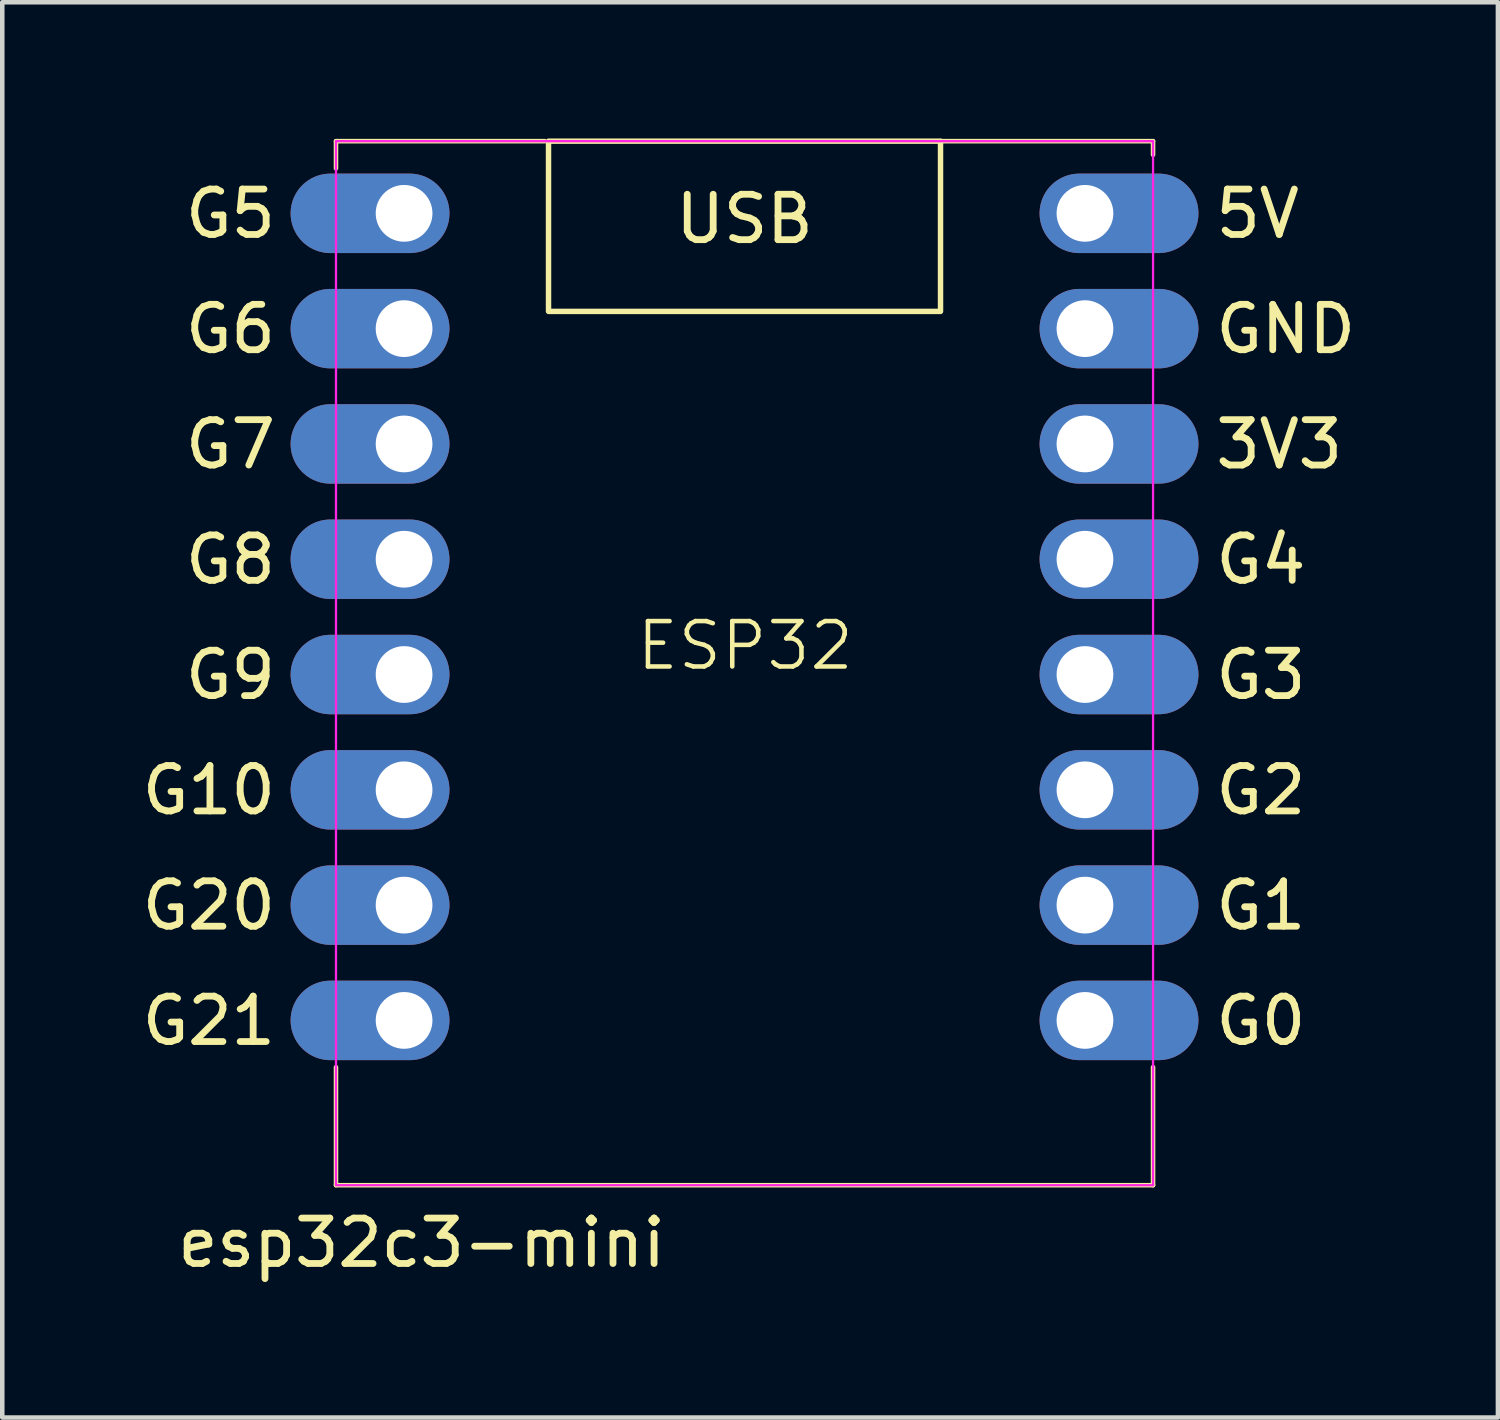
<source format=kicad_pcb>
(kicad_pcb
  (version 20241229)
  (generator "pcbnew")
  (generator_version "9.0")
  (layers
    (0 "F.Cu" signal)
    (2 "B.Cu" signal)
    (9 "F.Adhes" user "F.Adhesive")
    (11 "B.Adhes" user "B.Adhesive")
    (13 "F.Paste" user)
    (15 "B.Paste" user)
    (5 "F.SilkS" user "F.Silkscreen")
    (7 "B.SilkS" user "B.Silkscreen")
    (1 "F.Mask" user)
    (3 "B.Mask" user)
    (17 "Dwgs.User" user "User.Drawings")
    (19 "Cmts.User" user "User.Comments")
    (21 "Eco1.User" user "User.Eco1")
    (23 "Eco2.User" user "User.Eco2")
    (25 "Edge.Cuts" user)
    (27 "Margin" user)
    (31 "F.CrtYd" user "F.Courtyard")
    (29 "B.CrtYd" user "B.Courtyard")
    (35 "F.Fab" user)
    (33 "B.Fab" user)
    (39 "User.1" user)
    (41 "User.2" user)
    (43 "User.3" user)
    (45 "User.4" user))
  (footprint "esp32c3-mini"
    (layer "F.Cu")
    (at 13.352 23.06)
    (property "Reference" "esp32c3-mini" (at -7.112 1.27 180) (layer "F.SilkS") (effects (font (size 1 1) (thickness 0.15))))
    (attr through_hole)
    (fp_line (start -9 -23) (end -9 -22.4) (stroke (width 0.1) (type default)) (layer "F.SilkS"))
    (fp_line (start -9 0) (end -9 -2.6) (stroke (width 0.1) (type default)) (layer "F.SilkS"))
    (fp_line (start -4.4 -23) (end -9 -23) (stroke (width 0.1) (type default)) (layer "F.SilkS"))
    (fp_line (start 4.3 -23) (end 9 -23) (stroke (width 0.1) (type default)) (layer "F.SilkS"))
    (fp_line (start 9 -23) (end 9 -22.7) (stroke (width 0.1) (type default)) (layer "F.SilkS"))
    (fp_line (start 9 -2.6) (end 9 0) (stroke (width 0.1) (type default)) (layer "F.SilkS"))
    (fp_line (start 9 0) (end -9 0) (stroke (width 0.1) (type default)) (layer "F.SilkS"))
    (fp_rect (start -4.318 -23) (end 4.318 -19.25) (stroke (width 0.12) (type solid)) (fill no) (layer "F.SilkS"))
    (fp_line (start -9 -23) (end -9 0) (stroke (width 0.05) (type default)) (layer "F.CrtYd"))
    (fp_line (start -9 0) (end 9 0) (stroke (width 0.05) (type default)) (layer "F.CrtYd"))
    (fp_line (start 9 -23) (end -9 -23) (stroke (width 0.05) (type default)) (layer "F.CrtYd"))
    (fp_line (start 9 -23) (end 9 0) (stroke (width 0.05) (type default)) (layer "F.CrtYd"))
    (fp_text user "G4" (at 10.3 -13.78 0) (unlocked yes) (layer "F.SilkS") (effects (font (size 1 1) (thickness 0.15)) (justify left)))
    (fp_text user "G10" (at -13.352 -8.7 0) (unlocked yes) (layer "F.SilkS") (effects (font (size 1 1) (thickness 0.15)) (justify left)))
    (fp_text user "G5" (at -12.4 -21.4 0) (unlocked yes) (layer "F.SilkS") (effects (font (size 1 1) (thickness 0.15)) (justify left)))
    (fp_text user "G21" (at -13.352 -3.62 0) (unlocked yes) (layer "F.SilkS") (effects (font (size 1 1) (thickness 0.15)) (justify left)))
    (fp_text user "3V3" (at 10.3 -16.32 0) (unlocked yes) (layer "F.SilkS") (effects (font (size 1 1) (thickness 0.15)) (justify left)))
    (fp_text user "G7" (at -12.4 -16.32 0) (unlocked yes) (layer "F.SilkS") (effects (font (size 1 1) (thickness 0.15)) (justify left)))
    (fp_text user "G9" (at -12.4 -11.24 0) (unlocked yes) (layer "F.SilkS") (effects (font (size 1 1) (thickness 0.15)) (justify left)))
    (fp_text user "5V" (at 10.3 -21.4 0) (unlocked yes) (layer "F.SilkS") (effects (font (size 1 1) (thickness 0.15)) (justify left)))
    (fp_text user "G6" (at -12.4 -18.86 0) (unlocked yes) (layer "F.SilkS") (effects (font (size 1 1) (thickness 0.15)) (justify left)))
    (fp_text user "G1" (at 10.3 -6.16 0) (unlocked yes) (layer "F.SilkS") (effects (font (size 1 1) (thickness 0.15)) (justify left)))
    (fp_text user "USB" (at 0 -20.7 0) (unlocked yes) (layer "F.SilkS") (effects (font (size 1 1) (thickness 0.15)) (justify bottom)))
    (fp_text user "G0" (at 10.3 -3.62 0) (unlocked yes) (layer "F.SilkS") (effects (font (size 1 1) (thickness 0.15)) (justify left)))
    (fp_text user "ESP32" (at -2.431 -11.3 0) (unlocked yes) (layer "F.SilkS") (effects (font (size 1 1) (thickness 0.1)) (justify left bottom)))
    (fp_text user "G3" (at 10.3 -11.24 0) (unlocked yes) (layer "F.SilkS") (effects (font (size 1 1) (thickness 0.15)) (justify left)))
    (fp_text user "G20" (at -13.352 -6.16 0) (unlocked yes) (layer "F.SilkS") (effects (font (size 1 1) (thickness 0.15)) (justify left)))
    (fp_text user "GND" (at 10.3 -18.86 0) (unlocked yes) (layer "F.SilkS") (effects (font (size 1 1) (thickness 0.15)) (justify left)))
    (fp_text user "G2" (at 10.3 -8.7 0) (unlocked yes) (layer "F.SilkS") (effects (font (size 1 1) (thickness 0.15)) (justify left)))
    (fp_text user "G8" (at -12.4 -13.78 0) (unlocked yes) (layer "F.SilkS") (effects (font (size 1 1) (thickness 0.15)) (justify left)))
    (pad "1" thru_hole oval (at -7.5 -21.41 90) (size 1.75 3.5) (drill 1.25 (offset 0 -0.75)) (layers "*.Cu" "*.Mask"))
    (pad "2" thru_hole oval (at -7.5 -18.87 90) (size 1.75 3.5) (drill 1.25 (offset 0 -0.75)) (layers "*.Cu" "*.Mask"))
    (pad "3" thru_hole oval (at -7.5 -16.33 90) (size 1.75 3.5) (drill 1.25 (offset 0 -0.75)) (layers "*.Cu" "*.Mask"))
    (pad "4" thru_hole oval (at -7.5 -13.79 90) (size 1.75 3.5) (drill 1.25 (offset 0 -0.75)) (layers "*.Cu" "*.Mask"))
    (pad "5" thru_hole oval (at -7.5 -11.25 90) (size 1.75 3.5) (drill 1.25 (offset 0 -0.75)) (layers "*.Cu" "*.Mask"))
    (pad "6" thru_hole oval (at -7.5 -8.71 90) (size 1.75 3.5) (drill 1.25 (offset 0 -0.75)) (layers "*.Cu" "*.Mask"))
    (pad "7" thru_hole oval (at -7.5 -6.17 90) (size 1.75 3.5) (drill 1.25 (offset 0 -0.75)) (layers "*.Cu" "*.Mask"))
    (pad "8" thru_hole oval (at -7.5 -3.63 90) (size 1.75 3.5) (drill 1.25 (offset 0 -0.75)) (layers "*.Cu" "*.Mask"))
    (pad "9" thru_hole oval (at 7.5 -3.63 270) (size 1.75 3.5) (drill 1.25 (offset 0 -0.75)) (layers "*.Cu" "*.Mask"))
    (pad "10" thru_hole oval (at 7.5 -6.17 270) (size 1.75 3.5) (drill 1.25 (offset 0 -0.75)) (layers "*.Cu" "*.Mask"))
    (pad "11" thru_hole oval (at 7.5 -8.71 270) (size 1.75 3.5) (drill 1.25 (offset 0 -0.75)) (layers "*.Cu" "*.Mask"))
    (pad "12" thru_hole oval (at 7.5 -11.25 270) (size 1.75 3.5) (drill 1.25 (offset 0 -0.75)) (layers "*.Cu" "*.Mask"))
    (pad "13" thru_hole oval (at 7.5 -13.79 270) (size 1.75 3.5) (drill 1.25 (offset 0 -0.75)) (layers "*.Cu" "*.Mask"))
    (pad "14" thru_hole oval (at 7.5 -16.33 270) (size 1.75 3.5) (drill 1.25 (offset 0 -0.75)) (layers "*.Cu" "*.Mask"))
    (pad "15" thru_hole oval (at 7.5 -18.87 270) (size 1.75 3.5) (drill 1.25 (offset 0 -0.75)) (layers "*.Cu" "*.Mask"))
    (pad "16" thru_hole oval (at 7.5 -21.41 270) (size 1.75 3.5) (drill 1.25 (offset 0 -0.75)) (layers "*.Cu" "*.Mask")))
  (gr_rect
    (start -3 -3)
    (end 29.95 28.178)
    (stroke (width 0.1) (type default))
    (fill no)
    (layer "Edge.Cuts")))
</source>
